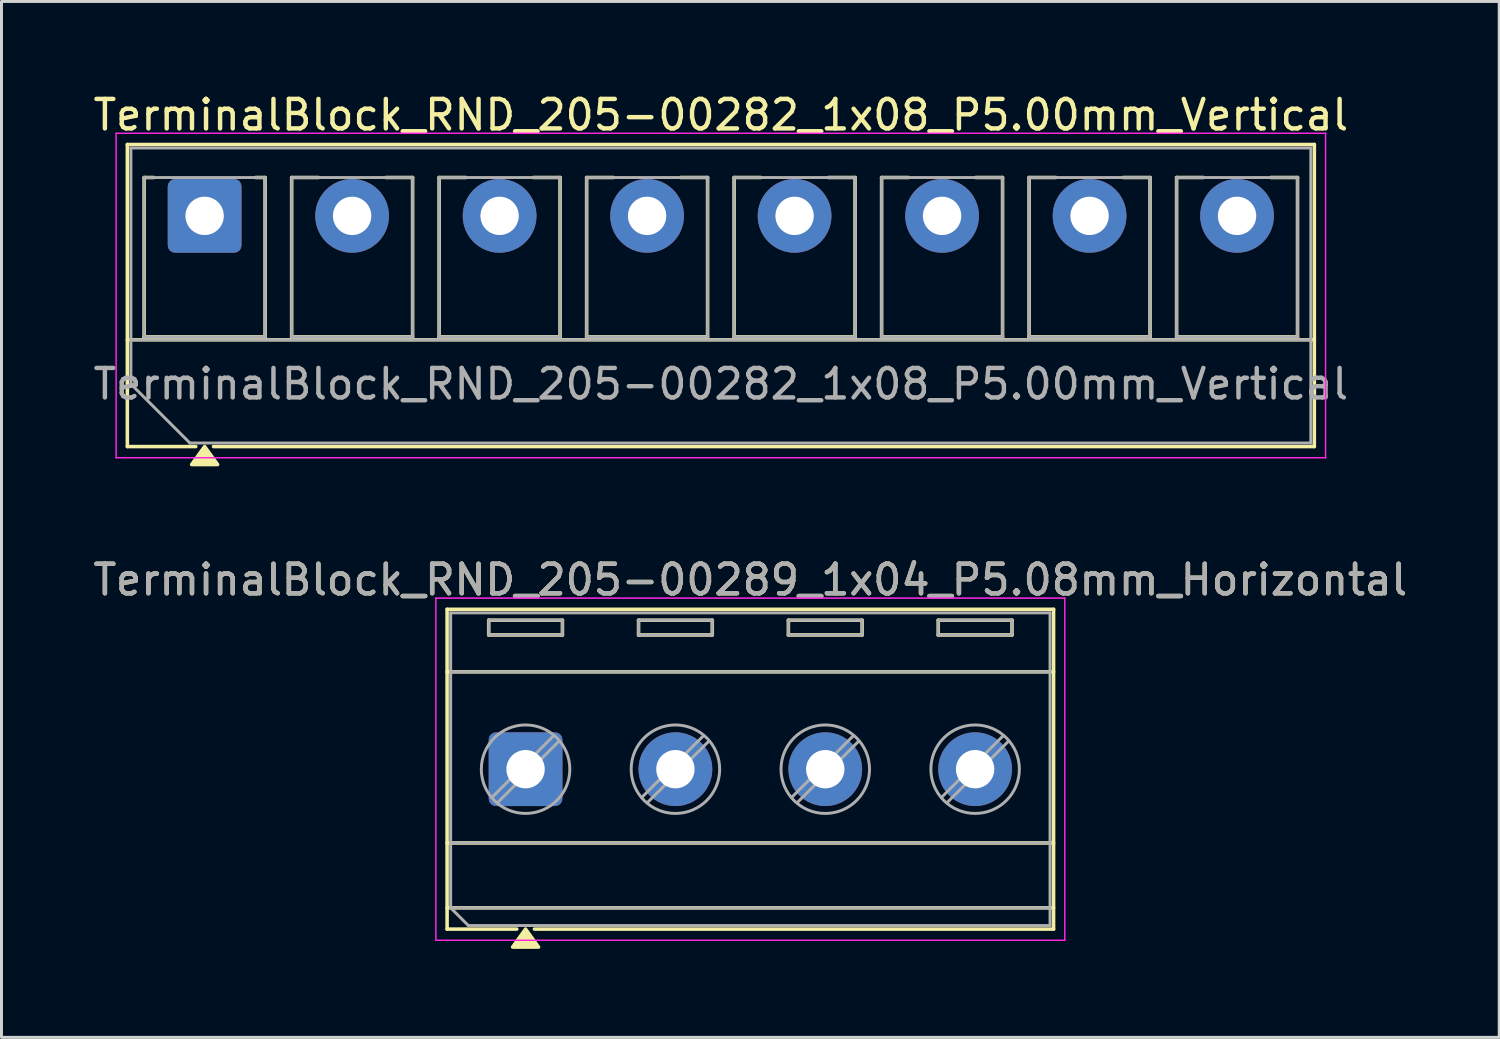
<source format=kicad_pcb>
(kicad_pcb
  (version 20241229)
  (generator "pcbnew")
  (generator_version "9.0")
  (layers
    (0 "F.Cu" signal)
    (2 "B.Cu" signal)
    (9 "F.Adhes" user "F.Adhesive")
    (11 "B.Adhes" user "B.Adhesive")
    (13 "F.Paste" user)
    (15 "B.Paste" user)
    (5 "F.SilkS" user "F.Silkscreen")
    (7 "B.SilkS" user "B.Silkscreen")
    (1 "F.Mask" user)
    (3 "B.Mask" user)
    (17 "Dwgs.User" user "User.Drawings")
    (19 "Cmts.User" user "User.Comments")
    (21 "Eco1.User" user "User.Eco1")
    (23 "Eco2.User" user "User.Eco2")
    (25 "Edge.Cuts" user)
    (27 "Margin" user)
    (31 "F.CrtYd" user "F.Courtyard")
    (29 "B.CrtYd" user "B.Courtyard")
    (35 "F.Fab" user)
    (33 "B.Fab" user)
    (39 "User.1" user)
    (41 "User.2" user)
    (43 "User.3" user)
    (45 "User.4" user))
  (footprint "TerminalBlock_RND_205-00289_1x04_P5.08mm_Horizontal"
    (layer "F.Cu")
    (at 14.767 23.026)
    (property "Reference" "TerminalBlock_RND_205-00289_1x04_P5.08mm_Horizontal" (at 7.62 -6.42 0) (layer "F.SilkS") (effects (font (size 1 1) (thickness 0.15))))
    (attr through_hole)
    (fp_line (start -2.66 -5.42) (end -2.66 5.42) (stroke (width 0.12) (type solid)) (layer "F.SilkS"))
    (fp_line (start -2.66 -5.42) (end 17.9 -5.42) (stroke (width 0.12) (type solid)) (layer "F.SilkS"))
    (fp_line (start -2.66 -3.3) (end 17.9 -3.3) (stroke (width 0.12) (type solid)) (layer "F.SilkS"))
    (fp_line (start -2.66 2.5) (end 17.9 2.5) (stroke (width 0.12) (type solid)) (layer "F.SilkS"))
    (fp_line (start -2.66 4.7) (end 17.9 4.7) (stroke (width 0.12) (type solid)) (layer "F.SilkS"))
    (fp_line (start -2.66 5.42) (end -0.3 5.42) (stroke (width 0.12) (type solid)) (layer "F.SilkS"))
    (fp_line (start -1.25 -5.05) (end -1.25 -4.55) (stroke (width 0.12) (type solid)) (layer "F.SilkS"))
    (fp_line (start -1.25 -5.05) (end 1.25 -5.05) (stroke (width 0.12) (type solid)) (layer "F.SilkS"))
    (fp_line (start -1.25 -4.55) (end 1.25 -4.55) (stroke (width 0.12) (type solid)) (layer "F.SilkS"))
    (fp_line (start 0.3 5.42) (end 17.9 5.42) (stroke (width 0.12) (type solid)) (layer "F.SilkS"))
    (fp_line (start 1.25 -5.05) (end 1.25 -4.55) (stroke (width 0.12) (type solid)) (layer "F.SilkS"))
    (fp_line (start 3.83 -5.05) (end 3.83 -4.55) (stroke (width 0.12) (type solid)) (layer "F.SilkS"))
    (fp_line (start 3.83 -5.05) (end 6.33 -5.05) (stroke (width 0.12) (type solid)) (layer "F.SilkS"))
    (fp_line (start 3.83 -4.55) (end 6.33 -4.55) (stroke (width 0.12) (type solid)) (layer "F.SilkS"))
    (fp_line (start 6.33 -5.05) (end 6.33 -4.55) (stroke (width 0.12) (type solid)) (layer "F.SilkS"))
    (fp_line (start 8.91 -5.05) (end 8.91 -4.55) (stroke (width 0.12) (type solid)) (layer "F.SilkS"))
    (fp_line (start 8.91 -5.05) (end 11.41 -5.05) (stroke (width 0.12) (type solid)) (layer "F.SilkS"))
    (fp_line (start 8.91 -4.55) (end 11.41 -4.55) (stroke (width 0.12) (type solid)) (layer "F.SilkS"))
    (fp_line (start 11.41 -5.05) (end 11.41 -4.55) (stroke (width 0.12) (type solid)) (layer "F.SilkS"))
    (fp_line (start 13.99 -5.05) (end 13.99 -4.55) (stroke (width 0.12) (type solid)) (layer "F.SilkS"))
    (fp_line (start 13.99 -5.05) (end 16.49 -5.05) (stroke (width 0.12) (type solid)) (layer "F.SilkS"))
    (fp_line (start 13.99 -4.55) (end 16.49 -4.55) (stroke (width 0.12) (type solid)) (layer "F.SilkS"))
    (fp_line (start 16.49 -5.05) (end 16.49 -4.55) (stroke (width 0.12) (type solid)) (layer "F.SilkS"))
    (fp_line (start 17.9 -5.42) (end 17.9 5.42) (stroke (width 0.12) (type solid)) (layer "F.SilkS"))
    (fp_poly (pts (xy 0 5.42) (xy 0.44 6.03) (xy -0.44 6.03)) (stroke (width 0.12) (type solid)) (fill yes) (layer "F.SilkS"))
    (fp_line (start -3.04 -5.8) (end -3.04 5.8) (stroke (width 0.05) (type solid)) (layer "F.CrtYd"))
    (fp_line (start -3.04 5.8) (end 18.28 5.8) (stroke (width 0.05) (type solid)) (layer "F.CrtYd"))
    (fp_line (start 18.28 -5.8) (end -3.04 -5.8) (stroke (width 0.05) (type solid)) (layer "F.CrtYd"))
    (fp_line (start 18.28 5.8) (end 18.28 -5.8) (stroke (width 0.05) (type solid)) (layer "F.CrtYd"))
    (fp_line (start -2.54 -5.3) (end 17.78 -5.3) (stroke (width 0.1) (type solid)) (layer "F.Fab"))
    (fp_line (start -2.54 -3.3) (end 17.78 -3.3) (stroke (width 0.1) (type solid)) (layer "F.Fab"))
    (fp_line (start -2.54 2.5) (end 17.78 2.5) (stroke (width 0.1) (type solid)) (layer "F.Fab"))
    (fp_line (start -2.54 4.7) (end -2.54 -5.3) (stroke (width 0.1) (type solid)) (layer "F.Fab"))
    (fp_line (start -2.54 4.7) (end 17.78 4.7) (stroke (width 0.1) (type solid)) (layer "F.Fab"))
    (fp_line (start -1.94 5.3) (end -2.54 4.7) (stroke (width 0.1) (type solid)) (layer "F.Fab"))
    (fp_line (start -1.25 -5.05) (end -1.25 -4.55) (stroke (width 0.1) (type solid)) (layer "F.Fab"))
    (fp_line (start -1.25 -4.55) (end 1.25 -4.55) (stroke (width 0.1) (type solid)) (layer "F.Fab"))
    (fp_line (start 0.955 -1.138) (end -1.138 0.955) (stroke (width 0.1) (type solid)) (layer "F.Fab"))
    (fp_line (start 1.138 -0.955) (end -0.955 1.138) (stroke (width 0.1) (type solid)) (layer "F.Fab"))
    (fp_line (start 1.25 -5.05) (end -1.25 -5.05) (stroke (width 0.1) (type solid)) (layer "F.Fab"))
    (fp_line (start 1.25 -4.55) (end 1.25 -5.05) (stroke (width 0.1) (type solid)) (layer "F.Fab"))
    (fp_line (start 3.83 -5.05) (end 3.83 -4.55) (stroke (width 0.1) (type solid)) (layer "F.Fab"))
    (fp_line (start 3.83 -4.55) (end 6.33 -4.55) (stroke (width 0.1) (type solid)) (layer "F.Fab"))
    (fp_line (start 6.035 -1.138) (end 3.942 0.955) (stroke (width 0.1) (type solid)) (layer "F.Fab"))
    (fp_line (start 6.218 -0.955) (end 4.125 1.138) (stroke (width 0.1) (type solid)) (layer "F.Fab"))
    (fp_line (start 6.33 -5.05) (end 3.83 -5.05) (stroke (width 0.1) (type solid)) (layer "F.Fab"))
    (fp_line (start 6.33 -4.55) (end 6.33 -5.05) (stroke (width 0.1) (type solid)) (layer "F.Fab"))
    (fp_line (start 8.91 -5.05) (end 8.91 -4.55) (stroke (width 0.1) (type solid)) (layer "F.Fab"))
    (fp_line (start 8.91 -4.55) (end 11.41 -4.55) (stroke (width 0.1) (type solid)) (layer "F.Fab"))
    (fp_line (start 11.115 -1.138) (end 9.022 0.955) (stroke (width 0.1) (type solid)) (layer "F.Fab"))
    (fp_line (start 11.298 -0.955) (end 9.205 1.138) (stroke (width 0.1) (type solid)) (layer "F.Fab"))
    (fp_line (start 11.41 -5.05) (end 8.91 -5.05) (stroke (width 0.1) (type solid)) (layer "F.Fab"))
    (fp_line (start 11.41 -4.55) (end 11.41 -5.05) (stroke (width 0.1) (type solid)) (layer "F.Fab"))
    (fp_line (start 13.99 -5.05) (end 13.99 -4.55) (stroke (width 0.1) (type solid)) (layer "F.Fab"))
    (fp_line (start 13.99 -4.55) (end 16.49 -4.55) (stroke (width 0.1) (type solid)) (layer "F.Fab"))
    (fp_line (start 16.195 -1.138) (end 14.102 0.955) (stroke (width 0.1) (type solid)) (layer "F.Fab"))
    (fp_line (start 16.378 -0.955) (end 14.285 1.138) (stroke (width 0.1) (type solid)) (layer "F.Fab"))
    (fp_line (start 16.49 -5.05) (end 13.99 -5.05) (stroke (width 0.1) (type solid)) (layer "F.Fab"))
    (fp_line (start 16.49 -4.55) (end 16.49 -5.05) (stroke (width 0.1) (type solid)) (layer "F.Fab"))
    (fp_line (start 17.78 -5.3) (end 17.78 5.3) (stroke (width 0.1) (type solid)) (layer "F.Fab"))
    (fp_line (start 17.78 5.3) (end -1.94 5.3) (stroke (width 0.1) (type solid)) (layer "F.Fab"))
    (fp_circle (center 0 0) (end 1.5 0) (stroke (width 0.1) (type solid)) (fill no) (layer "F.Fab"))
    (fp_circle (center 5.08 0) (end 6.58 0) (stroke (width 0.1) (type solid)) (fill no) (layer "F.Fab"))
    (fp_circle (center 10.16 0) (end 11.66 0) (stroke (width 0.1) (type solid)) (fill no) (layer "F.Fab"))
    (fp_circle (center 15.24 0) (end 16.74 0) (stroke (width 0.1) (type solid)) (fill no) (layer "F.Fab"))
    (fp_text user "${REFERENCE}" (at 7.62 -6.42 0) (layer "F.Fab") (effects (font (size 1 1) (thickness 0.15))))
    (pad "1" thru_hole roundrect (at 0 0) (size 2.5 2.5) (drill 1.3) (layers "*.Cu" "*.Mask") (roundrect_rratio 0.1))
    (pad "2" thru_hole circle (at 5.08 0) (size 2.5 2.5) (drill 1.3) (layers "*.Cu" "*.Mask"))
    (pad "3" thru_hole circle (at 10.16 0) (size 2.5 2.5) (drill 1.3) (layers "*.Cu" "*.Mask"))
    (pad "4" thru_hole circle (at 15.24 0) (size 2.5 2.5) (drill 1.3) (layers "*.Cu" "*.Mask")))
  (footprint "TerminalBlock_RND_205-00282_1x08_P5.00mm_Vertical"
    (layer "F.Cu")
    (at 3.887 4.268)
    (property "Reference" "TerminalBlock_RND_205-00282_1x08_P5.00mm_Vertical" (at 17.5 -3.42 0) (layer "F.SilkS") (effects (font (size 1 1) (thickness 0.15))))
    (attr through_hole)
    (fp_line (start -2.62 -2.42) (end -2.62 7.82) (stroke (width 0.12) (type solid)) (layer "F.SilkS"))
    (fp_line (start -2.62 -2.42) (end 37.62 -2.42) (stroke (width 0.12) (type solid)) (layer "F.SilkS"))
    (fp_line (start -2.62 4.2) (end 37.62 4.2) (stroke (width 0.12) (type solid)) (layer "F.SilkS"))
    (fp_line (start -2.62 7.82) (end -0.3 7.82) (stroke (width 0.12) (type solid)) (layer "F.SilkS"))
    (fp_line (start -2.05 -1.3) (end -2.05 4.1) (stroke (width 0.12) (type solid)) (layer "F.SilkS"))
    (fp_line (start -2.05 -1.3) (end -1.73 -1.3) (stroke (width 0.12) (type solid)) (layer "F.SilkS"))
    (fp_line (start -2.05 4.1) (end 2.05 4.1) (stroke (width 0.12) (type solid)) (layer "F.SilkS"))
    (fp_line (start 0.3 7.82) (end 37.62 7.82) (stroke (width 0.12) (type solid)) (layer "F.SilkS"))
    (fp_line (start 1.73 -1.3) (end 2.05 -1.3) (stroke (width 0.12) (type solid)) (layer "F.SilkS"))
    (fp_line (start 2.05 -1.3) (end 2.05 4.1) (stroke (width 0.12) (type solid)) (layer "F.SilkS"))
    (fp_line (start 2.95 -1.3) (end 2.95 4.1) (stroke (width 0.12) (type solid)) (layer "F.SilkS"))
    (fp_line (start 2.95 -1.3) (end 3.859 -1.3) (stroke (width 0.12) (type solid)) (layer "F.SilkS"))
    (fp_line (start 2.95 4.1) (end 7.05 4.1) (stroke (width 0.12) (type solid)) (layer "F.SilkS"))
    (fp_line (start 6.141 -1.3) (end 7.05 -1.3) (stroke (width 0.12) (type solid)) (layer "F.SilkS"))
    (fp_line (start 7.05 -1.3) (end 7.05 4.1) (stroke (width 0.12) (type solid)) (layer "F.SilkS"))
    (fp_line (start 7.95 -1.3) (end 7.95 4.1) (stroke (width 0.12) (type solid)) (layer "F.SilkS"))
    (fp_line (start 7.95 -1.3) (end 8.859 -1.3) (stroke (width 0.12) (type solid)) (layer "F.SilkS"))
    (fp_line (start 7.95 4.1) (end 12.05 4.1) (stroke (width 0.12) (type solid)) (layer "F.SilkS"))
    (fp_line (start 11.141 -1.3) (end 12.05 -1.3) (stroke (width 0.12) (type solid)) (layer "F.SilkS"))
    (fp_line (start 12.05 -1.3) (end 12.05 4.1) (stroke (width 0.12) (type solid)) (layer "F.SilkS"))
    (fp_line (start 12.95 -1.3) (end 12.95 4.1) (stroke (width 0.12) (type solid)) (layer "F.SilkS"))
    (fp_line (start 12.95 -1.3) (end 13.859 -1.3) (stroke (width 0.12) (type solid)) (layer "F.SilkS"))
    (fp_line (start 12.95 4.1) (end 17.05 4.1) (stroke (width 0.12) (type solid)) (layer "F.SilkS"))
    (fp_line (start 16.141 -1.3) (end 17.05 -1.3) (stroke (width 0.12) (type solid)) (layer "F.SilkS"))
    (fp_line (start 17.05 -1.3) (end 17.05 4.1) (stroke (width 0.12) (type solid)) (layer "F.SilkS"))
    (fp_line (start 17.95 -1.3) (end 17.95 4.1) (stroke (width 0.12) (type solid)) (layer "F.SilkS"))
    (fp_line (start 17.95 -1.3) (end 18.859 -1.3) (stroke (width 0.12) (type solid)) (layer "F.SilkS"))
    (fp_line (start 17.95 4.1) (end 22.05 4.1) (stroke (width 0.12) (type solid)) (layer "F.SilkS"))
    (fp_line (start 21.141 -1.3) (end 22.05 -1.3) (stroke (width 0.12) (type solid)) (layer "F.SilkS"))
    (fp_line (start 22.05 -1.3) (end 22.05 4.1) (stroke (width 0.12) (type solid)) (layer "F.SilkS"))
    (fp_line (start 22.95 -1.3) (end 22.95 4.1) (stroke (width 0.12) (type solid)) (layer "F.SilkS"))
    (fp_line (start 22.95 -1.3) (end 23.859 -1.3) (stroke (width 0.12) (type solid)) (layer "F.SilkS"))
    (fp_line (start 22.95 4.1) (end 27.05 4.1) (stroke (width 0.12) (type solid)) (layer "F.SilkS"))
    (fp_line (start 26.141 -1.3) (end 27.05 -1.3) (stroke (width 0.12) (type solid)) (layer "F.SilkS"))
    (fp_line (start 27.05 -1.3) (end 27.05 4.1) (stroke (width 0.12) (type solid)) (layer "F.SilkS"))
    (fp_line (start 27.95 -1.3) (end 27.95 4.1) (stroke (width 0.12) (type solid)) (layer "F.SilkS"))
    (fp_line (start 27.95 -1.3) (end 28.859 -1.3) (stroke (width 0.12) (type solid)) (layer "F.SilkS"))
    (fp_line (start 27.95 4.1) (end 32.05 4.1) (stroke (width 0.12) (type solid)) (layer "F.SilkS"))
    (fp_line (start 31.141 -1.3) (end 32.05 -1.3) (stroke (width 0.12) (type solid)) (layer "F.SilkS"))
    (fp_line (start 32.05 -1.3) (end 32.05 4.1) (stroke (width 0.12) (type solid)) (layer "F.SilkS"))
    (fp_line (start 32.95 -1.3) (end 32.95 4.1) (stroke (width 0.12) (type solid)) (layer "F.SilkS"))
    (fp_line (start 32.95 -1.3) (end 33.859 -1.3) (stroke (width 0.12) (type solid)) (layer "F.SilkS"))
    (fp_line (start 32.95 4.1) (end 37.05 4.1) (stroke (width 0.12) (type solid)) (layer "F.SilkS"))
    (fp_line (start 36.141 -1.3) (end 37.05 -1.3) (stroke (width 0.12) (type solid)) (layer "F.SilkS"))
    (fp_line (start 37.05 -1.3) (end 37.05 4.1) (stroke (width 0.12) (type solid)) (layer "F.SilkS"))
    (fp_line (start 37.62 -2.42) (end 37.62 7.82) (stroke (width 0.12) (type solid)) (layer "F.SilkS"))
    (fp_poly (pts (xy 0 7.82) (xy 0.44 8.43) (xy -0.44 8.43)) (stroke (width 0.12) (type solid)) (fill yes) (layer "F.SilkS"))
    (fp_line (start -3 -2.8) (end -3 8.2) (stroke (width 0.05) (type solid)) (layer "F.CrtYd"))
    (fp_line (start -3 8.2) (end 38 8.2) (stroke (width 0.05) (type solid)) (layer "F.CrtYd"))
    (fp_line (start 38 -2.8) (end -3 -2.8) (stroke (width 0.05) (type solid)) (layer "F.CrtYd"))
    (fp_line (start 38 8.2) (end 38 -2.8) (stroke (width 0.05) (type solid)) (layer "F.CrtYd"))
    (fp_line (start -2.5 -2.3) (end 37.5 -2.3) (stroke (width 0.1) (type solid)) (layer "F.Fab"))
    (fp_line (start -2.5 4.2) (end 37.5 4.2) (stroke (width 0.1) (type solid)) (layer "F.Fab"))
    (fp_line (start -2.5 5.7) (end -2.5 -2.3) (stroke (width 0.1) (type solid)) (layer "F.Fab"))
    (fp_line (start -2.05 -1.3) (end -2.05 4.1) (stroke (width 0.1) (type solid)) (layer "F.Fab"))
    (fp_line (start -2.05 4.1) (end 2.05 4.1) (stroke (width 0.1) (type solid)) (layer "F.Fab"))
    (fp_line (start -0.5 7.7) (end -2.5 5.7) (stroke (width 0.1) (type solid)) (layer "F.Fab"))
    (fp_line (start 2.05 -1.3) (end -2.05 -1.3) (stroke (width 0.1) (type solid)) (layer "F.Fab"))
    (fp_line (start 2.05 4.1) (end 2.05 -1.3) (stroke (width 0.1) (type solid)) (layer "F.Fab"))
    (fp_line (start 2.95 -1.3) (end 2.95 4.1) (stroke (width 0.1) (type solid)) (layer "F.Fab"))
    (fp_line (start 2.95 4.1) (end 7.05 4.1) (stroke (width 0.1) (type solid)) (layer "F.Fab"))
    (fp_line (start 7.05 -1.3) (end 2.95 -1.3) (stroke (width 0.1) (type solid)) (layer "F.Fab"))
    (fp_line (start 7.05 4.1) (end 7.05 -1.3) (stroke (width 0.1) (type solid)) (layer "F.Fab"))
    (fp_line (start 7.95 -1.3) (end 7.95 4.1) (stroke (width 0.1) (type solid)) (layer "F.Fab"))
    (fp_line (start 7.95 4.1) (end 12.05 4.1) (stroke (width 0.1) (type solid)) (layer "F.Fab"))
    (fp_line (start 12.05 -1.3) (end 7.95 -1.3) (stroke (width 0.1) (type solid)) (layer "F.Fab"))
    (fp_line (start 12.05 4.1) (end 12.05 -1.3) (stroke (width 0.1) (type solid)) (layer "F.Fab"))
    (fp_line (start 12.95 -1.3) (end 12.95 4.1) (stroke (width 0.1) (type solid)) (layer "F.Fab"))
    (fp_line (start 12.95 4.1) (end 17.05 4.1) (stroke (width 0.1) (type solid)) (layer "F.Fab"))
    (fp_line (start 17.05 -1.3) (end 12.95 -1.3) (stroke (width 0.1) (type solid)) (layer "F.Fab"))
    (fp_line (start 17.05 4.1) (end 17.05 -1.3) (stroke (width 0.1) (type solid)) (layer "F.Fab"))
    (fp_line (start 17.95 -1.3) (end 17.95 4.1) (stroke (width 0.1) (type solid)) (layer "F.Fab"))
    (fp_line (start 17.95 4.1) (end 22.05 4.1) (stroke (width 0.1) (type solid)) (layer "F.Fab"))
    (fp_line (start 22.05 -1.3) (end 17.95 -1.3) (stroke (width 0.1) (type solid)) (layer "F.Fab"))
    (fp_line (start 22.05 4.1) (end 22.05 -1.3) (stroke (width 0.1) (type solid)) (layer "F.Fab"))
    (fp_line (start 22.95 -1.3) (end 22.95 4.1) (stroke (width 0.1) (type solid)) (layer "F.Fab"))
    (fp_line (start 22.95 4.1) (end 27.05 4.1) (stroke (width 0.1) (type solid)) (layer "F.Fab"))
    (fp_line (start 27.05 -1.3) (end 22.95 -1.3) (stroke (width 0.1) (type solid)) (layer "F.Fab"))
    (fp_line (start 27.05 4.1) (end 27.05 -1.3) (stroke (width 0.1) (type solid)) (layer "F.Fab"))
    (fp_line (start 27.95 -1.3) (end 27.95 4.1) (stroke (width 0.1) (type solid)) (layer "F.Fab"))
    (fp_line (start 27.95 4.1) (end 32.05 4.1) (stroke (width 0.1) (type solid)) (layer "F.Fab"))
    (fp_line (start 32.05 -1.3) (end 27.95 -1.3) (stroke (width 0.1) (type solid)) (layer "F.Fab"))
    (fp_line (start 32.05 4.1) (end 32.05 -1.3) (stroke (width 0.1) (type solid)) (layer "F.Fab"))
    (fp_line (start 32.95 -1.3) (end 32.95 4.1) (stroke (width 0.1) (type solid)) (layer "F.Fab"))
    (fp_line (start 32.95 4.1) (end 37.05 4.1) (stroke (width 0.1) (type solid)) (layer "F.Fab"))
    (fp_line (start 37.05 -1.3) (end 32.95 -1.3) (stroke (width 0.1) (type solid)) (layer "F.Fab"))
    (fp_line (start 37.05 4.1) (end 37.05 -1.3) (stroke (width 0.1) (type solid)) (layer "F.Fab"))
    (fp_line (start 37.5 -2.3) (end 37.5 7.7) (stroke (width 0.1) (type solid)) (layer "F.Fab"))
    (fp_line (start 37.5 7.7) (end -0.5 7.7) (stroke (width 0.1) (type solid)) (layer "F.Fab"))
    (fp_text user "${REFERENCE}" (at 17.5 5.7 0) (layer "F.Fab") (effects (font (size 1 1) (thickness 0.15))))
    (pad "1" thru_hole roundrect (at 0 0) (size 2.5 2.5) (drill 1.3) (layers "*.Cu" "*.Mask") (roundrect_rratio 0.1))
    (pad "2" thru_hole circle (at 5 0) (size 2.5 2.5) (drill 1.3) (layers "*.Cu" "*.Mask"))
    (pad "3" thru_hole circle (at 10 0) (size 2.5 2.5) (drill 1.3) (layers "*.Cu" "*.Mask"))
    (pad "4" thru_hole circle (at 15 0) (size 2.5 2.5) (drill 1.3) (layers "*.Cu" "*.Mask"))
    (pad "5" thru_hole circle (at 20 0) (size 2.5 2.5) (drill 1.3) (layers "*.Cu" "*.Mask"))
    (pad "6" thru_hole circle (at 25 0) (size 2.5 2.5) (drill 1.3) (layers "*.Cu" "*.Mask"))
    (pad "7" thru_hole circle (at 30 0) (size 2.5 2.5) (drill 1.3) (layers "*.Cu" "*.Mask"))
    (pad "8" thru_hole circle (at 35 0) (size 2.5 2.5) (drill 1.3) (layers "*.Cu" "*.Mask")))
  (gr_rect
    (start -3 -3)
    (end 47.774 32.117)
    (stroke (width 0.1) (type default))
    (fill no)
    (layer "Edge.Cuts")))
</source>
